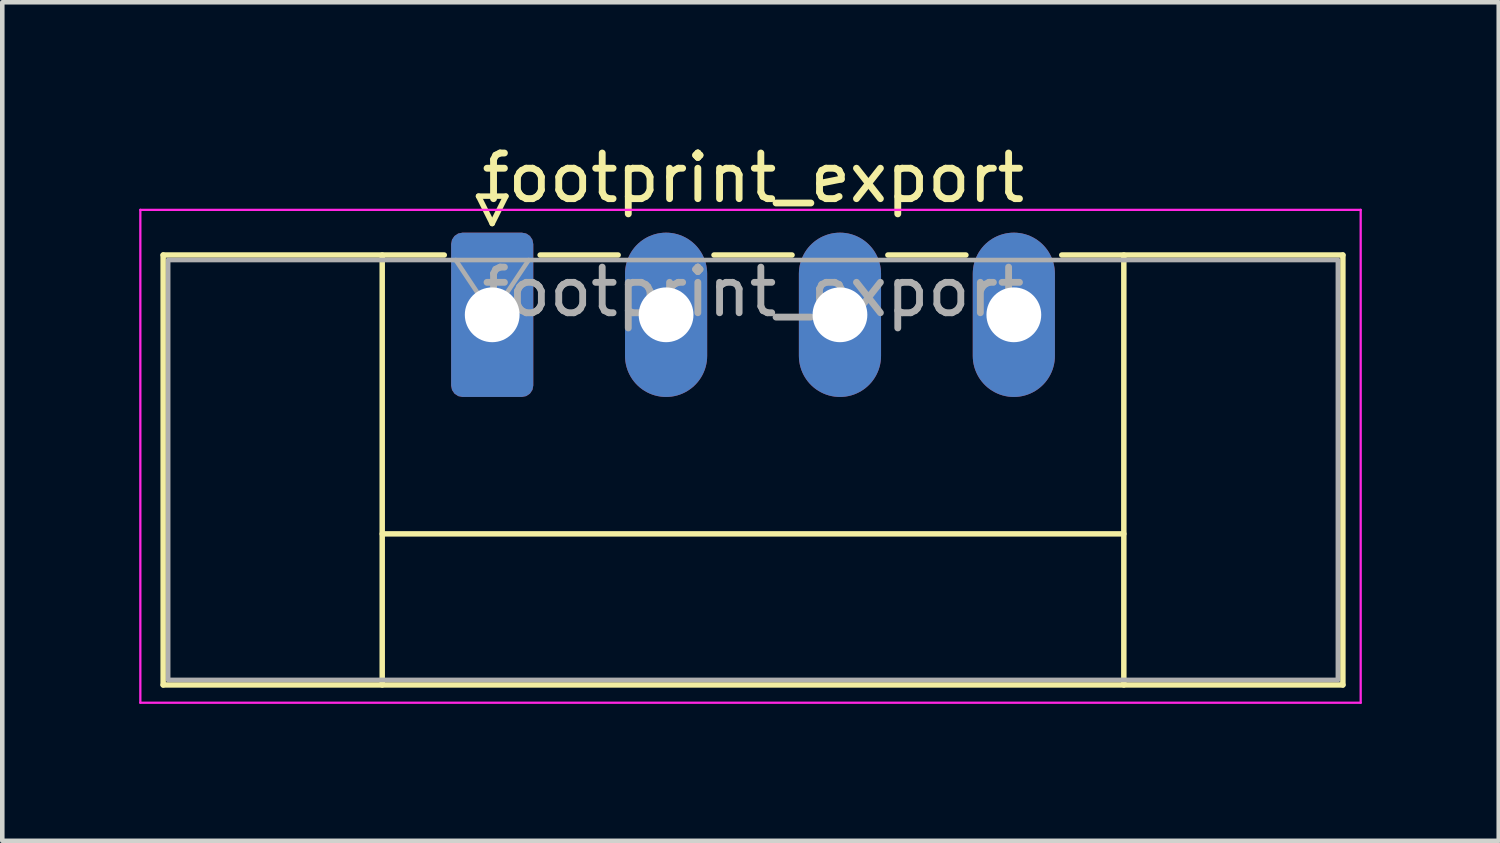
<source format=kicad_pcb>
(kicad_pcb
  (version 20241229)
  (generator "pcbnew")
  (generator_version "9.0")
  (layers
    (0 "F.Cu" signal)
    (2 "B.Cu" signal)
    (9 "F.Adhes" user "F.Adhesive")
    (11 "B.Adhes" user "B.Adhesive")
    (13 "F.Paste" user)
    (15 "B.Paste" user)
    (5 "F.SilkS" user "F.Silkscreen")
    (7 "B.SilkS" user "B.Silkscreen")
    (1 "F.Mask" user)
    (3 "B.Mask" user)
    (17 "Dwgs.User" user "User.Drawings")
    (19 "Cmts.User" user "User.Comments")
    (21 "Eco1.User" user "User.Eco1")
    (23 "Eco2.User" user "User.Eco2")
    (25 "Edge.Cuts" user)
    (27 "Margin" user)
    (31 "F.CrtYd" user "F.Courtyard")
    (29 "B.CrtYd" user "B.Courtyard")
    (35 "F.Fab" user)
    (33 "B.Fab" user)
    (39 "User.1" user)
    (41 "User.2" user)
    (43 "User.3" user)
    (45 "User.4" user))
  (footprint "footprint_export"
    (layer "F.Cu")
    (at 7.735 3.848)
    (property "Reference" "footprint_export" (at 5.72 -3 0) (layer "F.SilkS") (effects (font (size 1 1) (thickness 0.15))))
    (attr through_hole)
    (fp_line (start -7.21 -1.31) (end -7.21 8.11) (stroke (width 0.12) (type solid)) (layer "F.SilkS"))
    (fp_line (start -7.21 -1.31) (end -1.05 -1.31) (stroke (width 0.12) (type solid)) (layer "F.SilkS"))
    (fp_line (start -7.21 8.11) (end 18.64 8.11) (stroke (width 0.12) (type solid)) (layer "F.SilkS"))
    (fp_line (start -2.41 -1.31) (end -2.41 8.11) (stroke (width 0.12) (type solid)) (layer "F.SilkS"))
    (fp_line (start -2.41 4.8) (end 13.84 4.8) (stroke (width 0.12) (type solid)) (layer "F.SilkS"))
    (fp_line (start -0.3 -2.6) (end 0.3 -2.6) (stroke (width 0.12) (type solid)) (layer "F.SilkS"))
    (fp_line (start 0 -2) (end -0.3 -2.6) (stroke (width 0.12) (type solid)) (layer "F.SilkS"))
    (fp_line (start 0.3 -2.6) (end 0 -2) (stroke (width 0.12) (type solid)) (layer "F.SilkS"))
    (fp_line (start 1.05 -1.31) (end 2.76 -1.31) (stroke (width 0.12) (type solid)) (layer "F.SilkS"))
    (fp_line (start 4.86 -1.31) (end 6.57 -1.31) (stroke (width 0.12) (type solid)) (layer "F.SilkS"))
    (fp_line (start 8.67 -1.31) (end 10.38 -1.31) (stroke (width 0.12) (type solid)) (layer "F.SilkS"))
    (fp_line (start 13.84 -1.31) (end 13.84 8.11) (stroke (width 0.12) (type solid)) (layer "F.SilkS"))
    (fp_line (start 18.64 -1.31) (end 12.48 -1.31) (stroke (width 0.12) (type solid)) (layer "F.SilkS"))
    (fp_line (start 18.64 8.11) (end 18.64 -1.31) (stroke (width 0.12) (type solid)) (layer "F.SilkS"))
    (fp_line (start -7.71 -2.3) (end -7.71 8.5) (stroke (width 0.05) (type solid)) (layer "F.CrtYd"))
    (fp_line (start -7.71 8.5) (end 19.03 8.5) (stroke (width 0.05) (type solid)) (layer "F.CrtYd"))
    (fp_line (start 19.03 -2.3) (end -7.71 -2.3) (stroke (width 0.05) (type solid)) (layer "F.CrtYd"))
    (fp_line (start 19.03 8.5) (end 19.03 -2.3) (stroke (width 0.05) (type solid)) (layer "F.CrtYd"))
    (fp_line (start -7.1 -1.2) (end -7.1 8) (stroke (width 0.1) (type solid)) (layer "F.Fab"))
    (fp_line (start -7.1 8) (end 18.53 8) (stroke (width 0.1) (type solid)) (layer "F.Fab"))
    (fp_line (start 0 0) (end -0.8 -1.2) (stroke (width 0.1) (type solid)) (layer "F.Fab"))
    (fp_line (start 0.8 -1.2) (end 0 0) (stroke (width 0.1) (type solid)) (layer "F.Fab"))
    (fp_line (start 18.53 -1.2) (end -7.1 -1.2) (stroke (width 0.1) (type solid)) (layer "F.Fab"))
    (fp_line (start 18.53 8) (end 18.53 -1.2) (stroke (width 0.1) (type solid)) (layer "F.Fab"))
    (fp_text user "${REFERENCE}" (at 5.72 -0.5 0) (layer "F.Fab") (effects (font (size 1 1) (thickness 0.15))))
    (pad "1" thru_hole roundrect (at 0 0) (size 1.8 3.6) (drill 1.2) (layers "*.Cu" "*.Mask") (roundrect_rratio 0.139))
    (pad "2" thru_hole oval (at 3.81 0) (size 1.8 3.6) (drill 1.2) (layers "*.Cu" "*.Mask"))
    (pad "3" thru_hole oval (at 7.62 0) (size 1.8 3.6) (drill 1.2) (layers "*.Cu" "*.Mask"))
    (pad "4" thru_hole oval (at 11.43 0) (size 1.8 3.6) (drill 1.2) (layers "*.Cu" "*.Mask")))
  (gr_rect
    (start -3 -3)
    (end 29.79 15.373)
    (stroke (width 0.1) (type default))
    (fill no)
    (layer "Edge.Cuts")))
</source>
